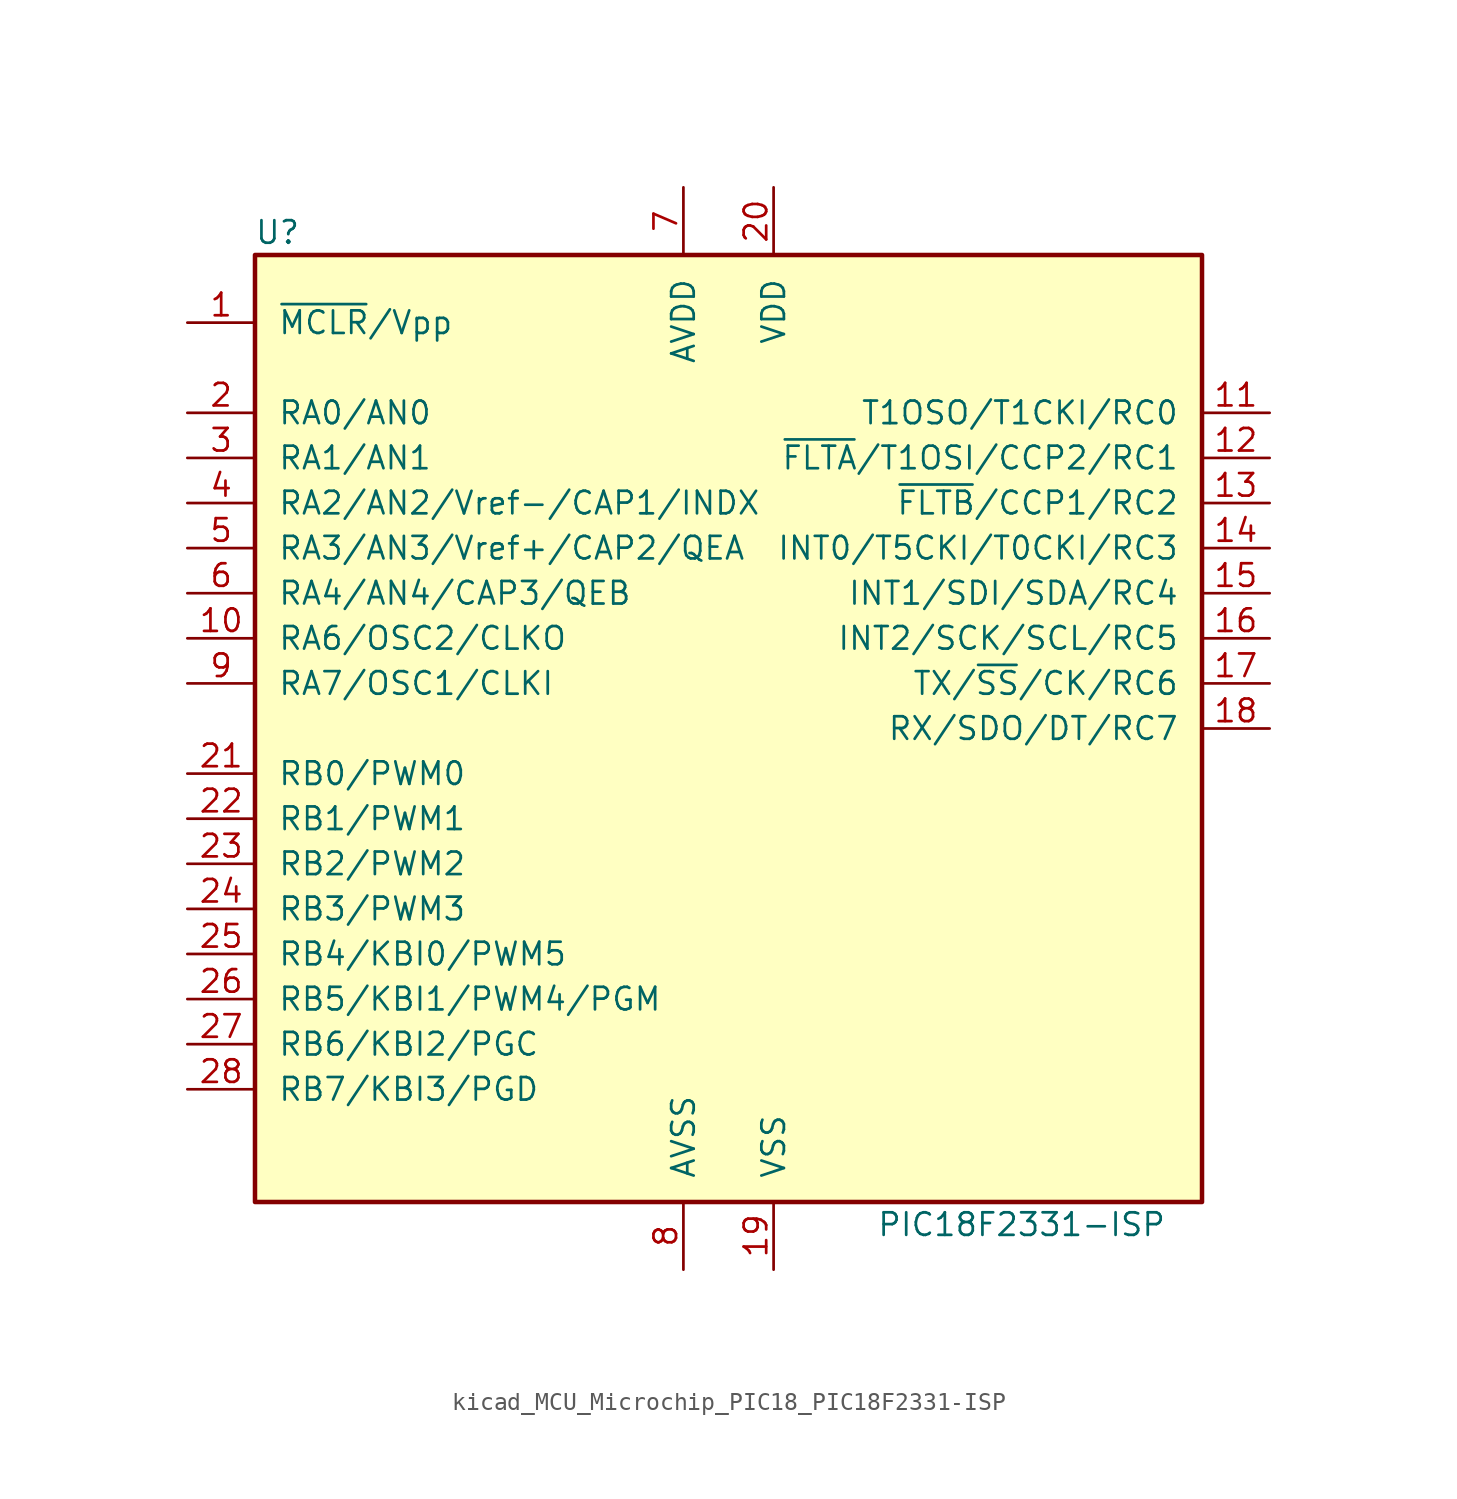
<source format=kicad_sym>
(kicad_symbol_lib
  (version 20220914)
  (generator kicad_symbol_editor)
  (symbol "kicad_MCU_Microchip_PIC18_PIC18F2331-ISP"
    (pin_names
      (offset 1.27))
    (property "Reference" "U"
      (at -25.4 27.94 0)
      (effects (font (size 1.27 1.27))))
    (property "Value" "PIC18F2331-ISP"
      (at 16.51 -27.94 0)
      (effects (font (size 1.27 1.27))))
    (symbol "kicad_MCU_Microchip_PIC18_PIC18F2331-ISP_0_1"
      (rectangle (start -26.67 26.67) (end 26.67 -26.67) (stroke (width 0.254) (type default)) (fill (type background))))
    (symbol "kicad_MCU_Microchip_PIC18_PIC18F2331-ISP_1_1"
      (pin input line (at -30.48 22.86 0) (length 3.81) (name "~{MCLR}/Vpp" (effects (font (size 1.27 1.27)))) (number "1" (effects (font (size 1.27 1.27)))))
      (pin bidirectional line (at -30.48 5.08 0) (length 3.81) (name "RA6/OSC2/CLKO" (effects (font (size 1.27 1.27)))) (number "10" (effects (font (size 1.27 1.27)))))
      (pin bidirectional line (at 30.48 17.78 180) (length 3.81) (name "T1OSO/T1CKI/RC0" (effects (font (size 1.27 1.27)))) (number "11" (effects (font (size 1.27 1.27)))))
      (pin bidirectional line (at 30.48 15.24 180) (length 3.81) (name "~{FLTA}/T1OSI/CCP2/RC1" (effects (font (size 1.27 1.27)))) (number "12" (effects (font (size 1.27 1.27)))))
      (pin bidirectional line (at 30.48 12.7 180) (length 3.81) (name "~{FLTB}/CCP1/RC2" (effects (font (size 1.27 1.27)))) (number "13" (effects (font (size 1.27 1.27)))))
      (pin bidirectional line (at 30.48 10.16 180) (length 3.81) (name "INT0/T5CKI/T0CKI/RC3" (effects (font (size 1.27 1.27)))) (number "14" (effects (font (size 1.27 1.27)))))
      (pin bidirectional line (at 30.48 7.62 180) (length 3.81) (name "INT1/SDI/SDA/RC4" (effects (font (size 1.27 1.27)))) (number "15" (effects (font (size 1.27 1.27)))))
      (pin bidirectional line (at 30.48 5.08 180) (length 3.81) (name "INT2/SCK/SCL/RC5" (effects (font (size 1.27 1.27)))) (number "16" (effects (font (size 1.27 1.27)))))
      (pin bidirectional line (at 30.48 2.54 180) (length 3.81) (name "TX/~{SS}/CK/RC6" (effects (font (size 1.27 1.27)))) (number "17" (effects (font (size 1.27 1.27)))))
      (pin bidirectional line (at 30.48 0 180) (length 3.81) (name "RX/SDO/DT/RC7" (effects (font (size 1.27 1.27)))) (number "18" (effects (font (size 1.27 1.27)))))
      (pin power_in line (at 2.54 -30.48 90) (length 3.81) (name "VSS" (effects (font (size 1.27 1.27)))) (number "19" (effects (font (size 1.27 1.27)))))
      (pin bidirectional line (at -30.48 17.78 0) (length 3.81) (name "RA0/AN0" (effects (font (size 1.27 1.27)))) (number "2" (effects (font (size 1.27 1.27)))))
      (pin power_in line (at 2.54 30.48 270) (length 3.81) (name "VDD" (effects (font (size 1.27 1.27)))) (number "20" (effects (font (size 1.27 1.27)))))
      (pin bidirectional line (at -30.48 -2.54 0) (length 3.81) (name "RB0/PWM0" (effects (font (size 1.27 1.27)))) (number "21" (effects (font (size 1.27 1.27)))))
      (pin bidirectional line (at -30.48 -5.08 0) (length 3.81) (name "RB1/PWM1" (effects (font (size 1.27 1.27)))) (number "22" (effects (font (size 1.27 1.27)))))
      (pin bidirectional line (at -30.48 -7.62 0) (length 3.81) (name "RB2/PWM2" (effects (font (size 1.27 1.27)))) (number "23" (effects (font (size 1.27 1.27)))))
      (pin bidirectional line (at -30.48 -10.16 0) (length 3.81) (name "RB3/PWM3" (effects (font (size 1.27 1.27)))) (number "24" (effects (font (size 1.27 1.27)))))
      (pin bidirectional line (at -30.48 -12.7 0) (length 3.81) (name "RB4/KBI0/PWM5" (effects (font (size 1.27 1.27)))) (number "25" (effects (font (size 1.27 1.27)))))
      (pin bidirectional line (at -30.48 -15.24 0) (length 3.81) (name "RB5/KBI1/PWM4/PGM" (effects (font (size 1.27 1.27)))) (number "26" (effects (font (size 1.27 1.27)))))
      (pin bidirectional line (at -30.48 -17.78 0) (length 3.81) (name "RB6/KBI2/PGC" (effects (font (size 1.27 1.27)))) (number "27" (effects (font (size 1.27 1.27)))))
      (pin bidirectional line (at -30.48 -20.32 0) (length 3.81) (name "RB7/KBI3/PGD" (effects (font (size 1.27 1.27)))) (number "28" (effects (font (size 1.27 1.27)))))
      (pin bidirectional line (at -30.48 15.24 0) (length 3.81) (name "RA1/AN1" (effects (font (size 1.27 1.27)))) (number "3" (effects (font (size 1.27 1.27)))))
      (pin bidirectional line (at -30.48 12.7 0) (length 3.81) (name "RA2/AN2/Vref-/CAP1/INDX" (effects (font (size 1.27 1.27)))) (number "4" (effects (font (size 1.27 1.27)))))
      (pin bidirectional line (at -30.48 10.16 0) (length 3.81) (name "RA3/AN3/Vref+/CAP2/QEA" (effects (font (size 1.27 1.27)))) (number "5" (effects (font (size 1.27 1.27)))))
      (pin bidirectional line (at -30.48 7.62 0) (length 3.81) (name "RA4/AN4/CAP3/QEB" (effects (font (size 1.27 1.27)))) (number "6" (effects (font (size 1.27 1.27)))))
      (pin power_in line (at -2.54 30.48 270) (length 3.81) (name "AVDD" (effects (font (size 1.27 1.27)))) (number "7" (effects (font (size 1.27 1.27)))))
      (pin power_in line (at -2.54 -30.48 90) (length 3.81) (name "AVSS" (effects (font (size 1.27 1.27)))) (number "8" (effects (font (size 1.27 1.27)))))
      (pin bidirectional line (at -30.48 2.54 0) (length 3.81) (name "RA7/OSC1/CLKI" (effects (font (size 1.27 1.27)))) (number "9" (effects (font (size 1.27 1.27))))))))
</source>
